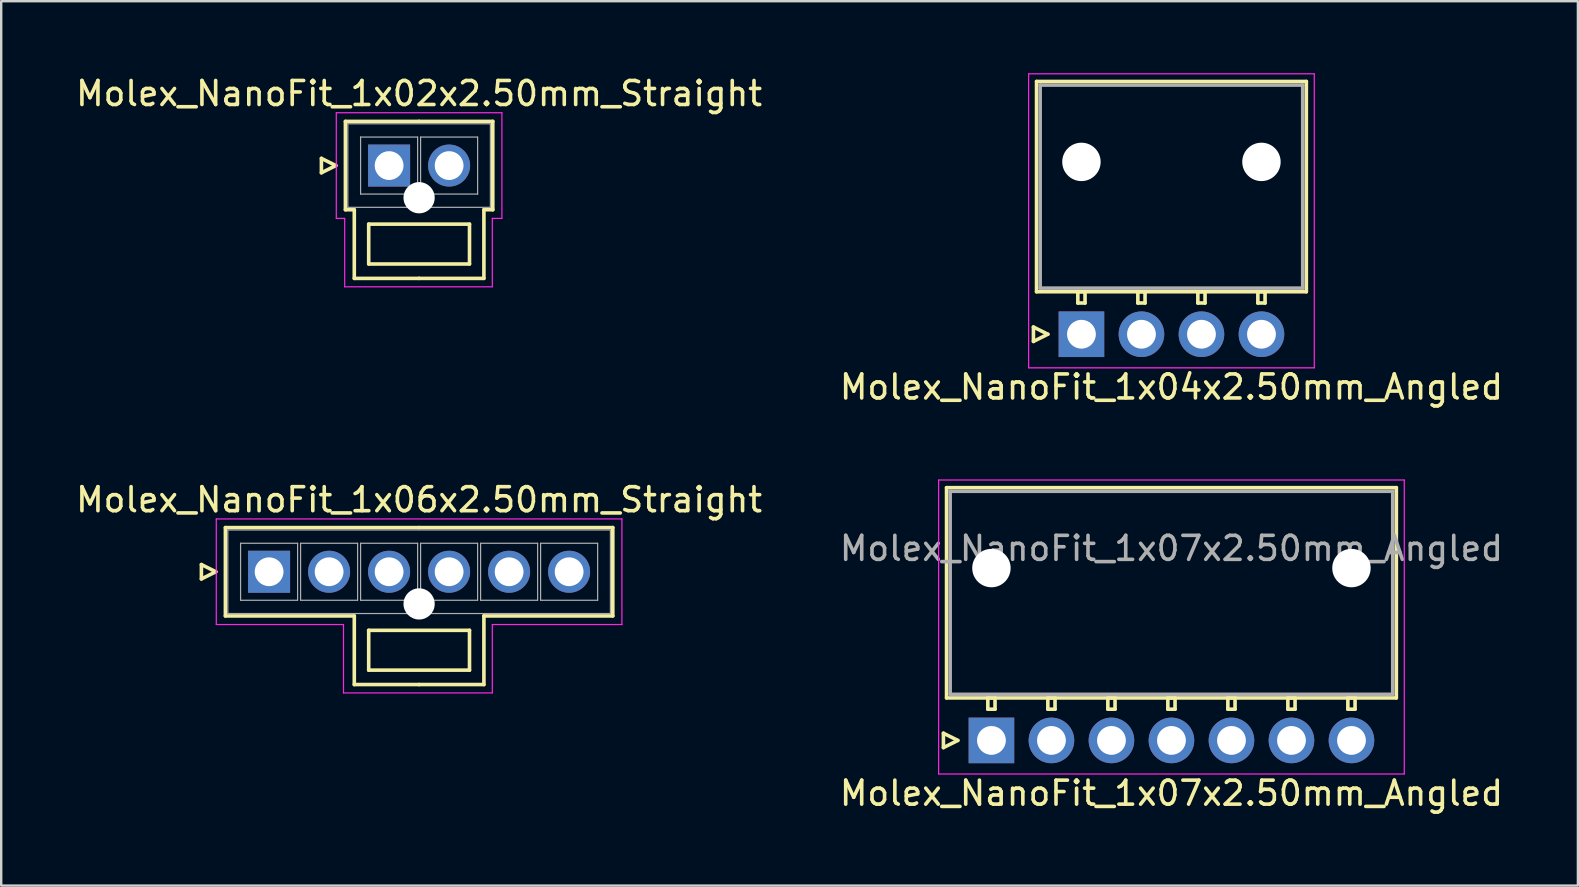
<source format=kicad_pcb>
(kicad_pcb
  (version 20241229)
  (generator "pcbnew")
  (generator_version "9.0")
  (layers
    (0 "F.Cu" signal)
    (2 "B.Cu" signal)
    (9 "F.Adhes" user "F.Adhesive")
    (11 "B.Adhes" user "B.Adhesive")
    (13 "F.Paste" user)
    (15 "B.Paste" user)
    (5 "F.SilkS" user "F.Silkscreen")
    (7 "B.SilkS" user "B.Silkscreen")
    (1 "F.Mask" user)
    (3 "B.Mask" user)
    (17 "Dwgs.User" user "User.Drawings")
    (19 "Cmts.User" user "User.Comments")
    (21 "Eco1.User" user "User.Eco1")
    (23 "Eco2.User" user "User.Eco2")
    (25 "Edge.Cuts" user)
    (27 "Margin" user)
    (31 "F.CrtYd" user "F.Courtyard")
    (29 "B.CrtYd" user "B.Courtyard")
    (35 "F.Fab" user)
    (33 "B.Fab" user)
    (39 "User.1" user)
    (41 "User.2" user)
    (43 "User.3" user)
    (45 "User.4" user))
  (footprint "Molex_NanoFit_1x02x2.50mm_Straight"
    (layer "F.Cu")
    (at 13.161 3.848)
    (property "Reference" "Molex_NanoFit_1x02x2.50mm_Straight" (at 1.25 -3 0) (layer "F.SilkS") (effects (font (size 1 1) (thickness 0.15))))
    (attr through_hole)
    (fp_line (start -2.82 -0.3) (end -2.22 0) (stroke (width 0.15) (type solid)) (layer "F.SilkS"))
    (fp_line (start -2.82 0.3) (end -2.82 -0.3) (stroke (width 0.15) (type solid)) (layer "F.SilkS"))
    (fp_line (start -2.22 0) (end -2.82 0.3) (stroke (width 0.15) (type solid)) (layer "F.SilkS"))
    (fp_line (start -1.82 -1.84) (end -1.82 1.84) (stroke (width 0.15) (type solid)) (layer "F.SilkS"))
    (fp_line (start -1.82 1.84) (end -1.45 1.84) (stroke (width 0.15) (type solid)) (layer "F.SilkS"))
    (fp_line (start -1.45 1.84) (end -1.45 4.7) (stroke (width 0.15) (type solid)) (layer "F.SilkS"))
    (fp_line (start -1.45 4.7) (end 1.25 4.7) (stroke (width 0.15) (type solid)) (layer "F.SilkS"))
    (fp_line (start -0.85 2.44) (end -0.85 4.1) (stroke (width 0.15) (type solid)) (layer "F.SilkS"))
    (fp_line (start -0.85 4.1) (end 3.35 4.1) (stroke (width 0.15) (type solid)) (layer "F.SilkS"))
    (fp_line (start 1.25 -1.84) (end -1.82 -1.84) (stroke (width 0.15) (type solid)) (layer "F.SilkS"))
    (fp_line (start 1.25 -1.84) (end 4.32 -1.84) (stroke (width 0.15) (type solid)) (layer "F.SilkS"))
    (fp_line (start 3.35 2.44) (end -0.85 2.44) (stroke (width 0.15) (type solid)) (layer "F.SilkS"))
    (fp_line (start 3.35 4.1) (end 3.35 2.44) (stroke (width 0.15) (type solid)) (layer "F.SilkS"))
    (fp_line (start 3.95 1.84) (end 3.95 4.7) (stroke (width 0.15) (type solid)) (layer "F.SilkS"))
    (fp_line (start 3.95 4.7) (end 1.25 4.7) (stroke (width 0.15) (type solid)) (layer "F.SilkS"))
    (fp_line (start 4.32 -1.84) (end 4.32 1.84) (stroke (width 0.15) (type solid)) (layer "F.SilkS"))
    (fp_line (start 4.32 1.84) (end 3.95 1.84) (stroke (width 0.15) (type solid)) (layer "F.SilkS"))
    (fp_line (start -2.2 -2.2) (end -2.2 2.2) (stroke (width 0.05) (type solid)) (layer "F.CrtYd"))
    (fp_line (start -2.2 2.2) (end -1.85 2.2) (stroke (width 0.05) (type solid)) (layer "F.CrtYd"))
    (fp_line (start -1.85 2.2) (end -1.85 5.05) (stroke (width 0.05) (type solid)) (layer "F.CrtYd"))
    (fp_line (start -1.85 5.05) (end 4.3 5.05) (stroke (width 0.05) (type solid)) (layer "F.CrtYd"))
    (fp_line (start 4.3 2.2) (end 4.7 2.2) (stroke (width 0.05) (type solid)) (layer "F.CrtYd"))
    (fp_line (start 4.3 5.05) (end 4.3 2.2) (stroke (width 0.05) (type solid)) (layer "F.CrtYd"))
    (fp_line (start 4.7 -2.2) (end -2.2 -2.2) (stroke (width 0.05) (type solid)) (layer "F.CrtYd"))
    (fp_line (start 4.7 2.2) (end 4.7 -2.2) (stroke (width 0.05) (type solid)) (layer "F.CrtYd"))
    (fp_line (start -1.72 -1.74) (end -1.72 1.74) (stroke (width 0.05) (type solid)) (layer "F.Fab"))
    (fp_line (start -1.72 1.74) (end 4.22 1.74) (stroke (width 0.05) (type solid)) (layer "F.Fab"))
    (fp_line (start -1.188 -1.188) (end -1.188 1.188) (stroke (width 0.05) (type solid)) (layer "F.Fab"))
    (fp_line (start -1.188 1.188) (end 1.188 1.188) (stroke (width 0.05) (type solid)) (layer "F.Fab"))
    (fp_line (start 1.188 -1.188) (end -1.188 -1.188) (stroke (width 0.05) (type solid)) (layer "F.Fab"))
    (fp_line (start 1.188 1.188) (end 1.188 -1.188) (stroke (width 0.05) (type solid)) (layer "F.Fab"))
    (fp_line (start 1.312 -1.188) (end 1.312 1.188) (stroke (width 0.05) (type solid)) (layer "F.Fab"))
    (fp_line (start 1.312 1.188) (end 3.688 1.188) (stroke (width 0.05) (type solid)) (layer "F.Fab"))
    (fp_line (start 3.688 -1.188) (end 1.312 -1.188) (stroke (width 0.05) (type solid)) (layer "F.Fab"))
    (fp_line (start 3.688 1.188) (end 3.688 -1.188) (stroke (width 0.05) (type solid)) (layer "F.Fab"))
    (fp_line (start 4.22 -1.74) (end -1.72 -1.74) (stroke (width 0.05) (type solid)) (layer "F.Fab"))
    (fp_line (start 4.22 1.74) (end 4.22 -1.74) (stroke (width 0.05) (type solid)) (layer "F.Fab"))
    (pad "" np_thru_hole circle (at 1.25 1.34) (size 1.3 1.3) (drill 1.3) (layers "*.Cu"))
    (pad "1" thru_hole rect (at 0 0) (size 1.75 1.75) (drill 1.2) (layers "*.Cu" "*.Mask"))
    (pad "2" thru_hole circle (at 2.5 0) (size 1.75 1.75) (drill 1.2) (layers "*.Cu" "*.Mask")))
  (footprint "Molex_NanoFit_1x04x2.50mm_Angled"
    (layer "F.Cu")
    (at 42.006 10.875)
    (property "Reference" "Molex_NanoFit_1x04x2.50mm_Angled" (at 3.75 2.2 0) (layer "F.SilkS") (effects (font (size 1 1) (thickness 0.15))))
    (attr through_hole)
    (fp_line (start -2 -0.3) (end -1.4 0) (stroke (width 0.15) (type solid)) (layer "F.SilkS"))
    (fp_line (start -2 0.3) (end -2 -0.3) (stroke (width 0.15) (type solid)) (layer "F.SilkS"))
    (fp_line (start -1.87 -10.53) (end -1.87 -1.77) (stroke (width 0.15) (type solid)) (layer "F.SilkS"))
    (fp_line (start -1.87 -1.77) (end 9.37 -1.77) (stroke (width 0.15) (type solid)) (layer "F.SilkS"))
    (fp_line (start -1.4 0) (end -2 0.3) (stroke (width 0.15) (type solid)) (layer "F.SilkS"))
    (fp_line (start -0.15 -1.77) (end -0.15 -1.3) (stroke (width 0.15) (type solid)) (layer "F.SilkS"))
    (fp_line (start -0.15 -1.3) (end 0.15 -1.3) (stroke (width 0.15) (type solid)) (layer "F.SilkS"))
    (fp_line (start 0.15 -1.77) (end -0.15 -1.77) (stroke (width 0.15) (type solid)) (layer "F.SilkS"))
    (fp_line (start 0.15 -1.3) (end 0.15 -1.77) (stroke (width 0.15) (type solid)) (layer "F.SilkS"))
    (fp_line (start 2.35 -1.77) (end 2.35 -1.3) (stroke (width 0.15) (type solid)) (layer "F.SilkS"))
    (fp_line (start 2.35 -1.3) (end 2.65 -1.3) (stroke (width 0.15) (type solid)) (layer "F.SilkS"))
    (fp_line (start 2.65 -1.77) (end 2.35 -1.77) (stroke (width 0.15) (type solid)) (layer "F.SilkS"))
    (fp_line (start 2.65 -1.3) (end 2.65 -1.77) (stroke (width 0.15) (type solid)) (layer "F.SilkS"))
    (fp_line (start 4.85 -1.77) (end 4.85 -1.3) (stroke (width 0.15) (type solid)) (layer "F.SilkS"))
    (fp_line (start 4.85 -1.3) (end 5.15 -1.3) (stroke (width 0.15) (type solid)) (layer "F.SilkS"))
    (fp_line (start 5.15 -1.77) (end 4.85 -1.77) (stroke (width 0.15) (type solid)) (layer "F.SilkS"))
    (fp_line (start 5.15 -1.3) (end 5.15 -1.77) (stroke (width 0.15) (type solid)) (layer "F.SilkS"))
    (fp_line (start 7.35 -1.77) (end 7.35 -1.3) (stroke (width 0.15) (type solid)) (layer "F.SilkS"))
    (fp_line (start 7.35 -1.3) (end 7.65 -1.3) (stroke (width 0.15) (type solid)) (layer "F.SilkS"))
    (fp_line (start 7.65 -1.77) (end 7.35 -1.77) (stroke (width 0.15) (type solid)) (layer "F.SilkS"))
    (fp_line (start 7.65 -1.3) (end 7.65 -1.77) (stroke (width 0.15) (type solid)) (layer "F.SilkS"))
    (fp_line (start 9.37 -10.53) (end -1.87 -10.53) (stroke (width 0.15) (type solid)) (layer "F.SilkS"))
    (fp_line (start 9.37 -1.77) (end 9.37 -10.53) (stroke (width 0.15) (type solid)) (layer "F.SilkS"))
    (fp_line (start -2.2 -10.85) (end -2.2 1.4) (stroke (width 0.05) (type solid)) (layer "F.CrtYd"))
    (fp_line (start -2.2 1.4) (end 9.7 1.4) (stroke (width 0.05) (type solid)) (layer "F.CrtYd"))
    (fp_line (start 9.7 -10.85) (end -2.2 -10.85) (stroke (width 0.05) (type solid)) (layer "F.CrtYd"))
    (fp_line (start 9.7 1.4) (end 9.7 -10.85) (stroke (width 0.05) (type solid)) (layer "F.CrtYd"))
    (fp_line (start -1.72 -10.38) (end -1.72 -1.92) (stroke (width 0.15) (type solid)) (layer "F.Fab"))
    (fp_line (start -1.72 -1.92) (end 9.22 -1.92) (stroke (width 0.15) (type solid)) (layer "F.Fab"))
    (fp_line (start 9.22 -10.38) (end -1.72 -10.38) (stroke (width 0.15) (type solid)) (layer "F.Fab"))
    (fp_line (start 9.22 -1.92) (end 9.22 -10.38) (stroke (width 0.15) (type solid)) (layer "F.Fab"))
    (pad "" np_thru_hole circle (at 0 -7.18) (size 1.6 1.6) (drill 1.6) (layers "*.Cu"))
    (pad "" np_thru_hole circle (at 7.5 -7.18) (size 1.6 1.6) (drill 1.6) (layers "*.Cu"))
    (pad "1" thru_hole rect (at 0 0) (size 1.9 1.9) (drill 1.2) (layers "*.Cu" "*.Mask"))
    (pad "2" thru_hole circle (at 2.5 0) (size 1.9 1.9) (drill 1.2) (layers "*.Cu" "*.Mask"))
    (pad "3" thru_hole circle (at 5 0) (size 1.9 1.9) (drill 1.2) (layers "*.Cu" "*.Mask"))
    (pad "4" thru_hole circle (at 7.5 0) (size 1.9 1.9) (drill 1.2) (layers "*.Cu" "*.Mask")))
  (footprint "Molex_NanoFit_1x07x2.50mm_Angled"
    (layer "F.Cu")
    (at 38.256 27.798)
    (property "Reference" "Molex_NanoFit_1x07x2.50mm_Angled" (at 7.5 2.2 0) (layer "F.SilkS") (effects (font (size 1 1) (thickness 0.15))))
    (attr through_hole)
    (fp_line (start -2 -0.3) (end -1.4 0) (stroke (width 0.15) (type solid)) (layer "F.SilkS"))
    (fp_line (start -2 0.3) (end -2 -0.3) (stroke (width 0.15) (type solid)) (layer "F.SilkS"))
    (fp_line (start -1.87 -10.53) (end -1.87 -1.77) (stroke (width 0.15) (type solid)) (layer "F.SilkS"))
    (fp_line (start -1.87 -1.77) (end 16.87 -1.77) (stroke (width 0.15) (type solid)) (layer "F.SilkS"))
    (fp_line (start -1.4 0) (end -2 0.3) (stroke (width 0.15) (type solid)) (layer "F.SilkS"))
    (fp_line (start -0.15 -1.77) (end -0.15 -1.3) (stroke (width 0.15) (type solid)) (layer "F.SilkS"))
    (fp_line (start -0.15 -1.3) (end 0.15 -1.3) (stroke (width 0.15) (type solid)) (layer "F.SilkS"))
    (fp_line (start 0.15 -1.77) (end -0.15 -1.77) (stroke (width 0.15) (type solid)) (layer "F.SilkS"))
    (fp_line (start 0.15 -1.3) (end 0.15 -1.77) (stroke (width 0.15) (type solid)) (layer "F.SilkS"))
    (fp_line (start 2.35 -1.77) (end 2.35 -1.3) (stroke (width 0.15) (type solid)) (layer "F.SilkS"))
    (fp_line (start 2.35 -1.3) (end 2.65 -1.3) (stroke (width 0.15) (type solid)) (layer "F.SilkS"))
    (fp_line (start 2.65 -1.77) (end 2.35 -1.77) (stroke (width 0.15) (type solid)) (layer "F.SilkS"))
    (fp_line (start 2.65 -1.3) (end 2.65 -1.77) (stroke (width 0.15) (type solid)) (layer "F.SilkS"))
    (fp_line (start 4.85 -1.77) (end 4.85 -1.3) (stroke (width 0.15) (type solid)) (layer "F.SilkS"))
    (fp_line (start 4.85 -1.3) (end 5.15 -1.3) (stroke (width 0.15) (type solid)) (layer "F.SilkS"))
    (fp_line (start 5.15 -1.77) (end 4.85 -1.77) (stroke (width 0.15) (type solid)) (layer "F.SilkS"))
    (fp_line (start 5.15 -1.3) (end 5.15 -1.77) (stroke (width 0.15) (type solid)) (layer "F.SilkS"))
    (fp_line (start 7.35 -1.77) (end 7.35 -1.3) (stroke (width 0.15) (type solid)) (layer "F.SilkS"))
    (fp_line (start 7.35 -1.3) (end 7.65 -1.3) (stroke (width 0.15) (type solid)) (layer "F.SilkS"))
    (fp_line (start 7.65 -1.77) (end 7.35 -1.77) (stroke (width 0.15) (type solid)) (layer "F.SilkS"))
    (fp_line (start 7.65 -1.3) (end 7.65 -1.77) (stroke (width 0.15) (type solid)) (layer "F.SilkS"))
    (fp_line (start 9.85 -1.77) (end 9.85 -1.3) (stroke (width 0.15) (type solid)) (layer "F.SilkS"))
    (fp_line (start 9.85 -1.3) (end 10.15 -1.3) (stroke (width 0.15) (type solid)) (layer "F.SilkS"))
    (fp_line (start 10.15 -1.77) (end 9.85 -1.77) (stroke (width 0.15) (type solid)) (layer "F.SilkS"))
    (fp_line (start 10.15 -1.3) (end 10.15 -1.77) (stroke (width 0.15) (type solid)) (layer "F.SilkS"))
    (fp_line (start 12.35 -1.77) (end 12.35 -1.3) (stroke (width 0.15) (type solid)) (layer "F.SilkS"))
    (fp_line (start 12.35 -1.3) (end 12.65 -1.3) (stroke (width 0.15) (type solid)) (layer "F.SilkS"))
    (fp_line (start 12.65 -1.77) (end 12.35 -1.77) (stroke (width 0.15) (type solid)) (layer "F.SilkS"))
    (fp_line (start 12.65 -1.3) (end 12.65 -1.77) (stroke (width 0.15) (type solid)) (layer "F.SilkS"))
    (fp_line (start 14.85 -1.77) (end 14.85 -1.3) (stroke (width 0.15) (type solid)) (layer "F.SilkS"))
    (fp_line (start 14.85 -1.3) (end 15.15 -1.3) (stroke (width 0.15) (type solid)) (layer "F.SilkS"))
    (fp_line (start 15.15 -1.77) (end 14.85 -1.77) (stroke (width 0.15) (type solid)) (layer "F.SilkS"))
    (fp_line (start 15.15 -1.3) (end 15.15 -1.77) (stroke (width 0.15) (type solid)) (layer "F.SilkS"))
    (fp_line (start 16.87 -10.53) (end -1.87 -10.53) (stroke (width 0.15) (type solid)) (layer "F.SilkS"))
    (fp_line (start 16.87 -1.77) (end 16.87 -10.53) (stroke (width 0.15) (type solid)) (layer "F.SilkS"))
    (fp_line (start -2.2 -10.85) (end -2.2 1.4) (stroke (width 0.05) (type solid)) (layer "F.CrtYd"))
    (fp_line (start -2.2 1.4) (end 17.2 1.4) (stroke (width 0.05) (type solid)) (layer "F.CrtYd"))
    (fp_line (start 17.2 -10.85) (end -2.2 -10.85) (stroke (width 0.05) (type solid)) (layer "F.CrtYd"))
    (fp_line (start 17.2 1.4) (end 17.2 -10.85) (stroke (width 0.05) (type solid)) (layer "F.CrtYd"))
    (fp_line (start -1.72 -10.38) (end -1.72 -1.92) (stroke (width 0.15) (type solid)) (layer "F.Fab"))
    (fp_line (start -1.72 -1.92) (end 16.72 -1.92) (stroke (width 0.15) (type solid)) (layer "F.Fab"))
    (fp_line (start 16.72 -10.38) (end -1.72 -10.38) (stroke (width 0.15) (type solid)) (layer "F.Fab"))
    (fp_line (start 16.72 -1.92) (end 16.72 -10.38) (stroke (width 0.15) (type solid)) (layer "F.Fab"))
    (fp_text user "${REFERENCE}" (at 7.5 -8 0) (layer "F.Fab") (effects (font (size 1 1) (thickness 0.15))))
    (pad "" np_thru_hole circle (at 0 -7.18) (size 1.6 1.6) (drill 1.6) (layers "*.Cu"))
    (pad "" np_thru_hole circle (at 15 -7.18) (size 1.6 1.6) (drill 1.6) (layers "*.Cu"))
    (pad "1" thru_hole rect (at 0 0) (size 1.9 1.9) (drill 1.2) (layers "*.Cu" "*.Mask"))
    (pad "2" thru_hole circle (at 2.5 0) (size 1.9 1.9) (drill 1.2) (layers "*.Cu" "*.Mask"))
    (pad "3" thru_hole circle (at 5 0) (size 1.9 1.9) (drill 1.2) (layers "*.Cu" "*.Mask"))
    (pad "4" thru_hole circle (at 7.5 0) (size 1.9 1.9) (drill 1.2) (layers "*.Cu" "*.Mask"))
    (pad "5" thru_hole circle (at 10 0) (size 1.9 1.9) (drill 1.2) (layers "*.Cu" "*.Mask"))
    (pad "6" thru_hole circle (at 12.5 0) (size 1.9 1.9) (drill 1.2) (layers "*.Cu" "*.Mask"))
    (pad "7" thru_hole circle (at 15 0) (size 1.9 1.9) (drill 1.2) (layers "*.Cu" "*.Mask")))
  (footprint "Molex_NanoFit_1x06x2.50mm_Straight"
    (layer "F.Cu")
    (at 8.161 20.771)
    (property "Reference" "Molex_NanoFit_1x06x2.50mm_Straight" (at 6.25 -3 0) (layer "F.SilkS") (effects (font (size 1 1) (thickness 0.15))))
    (attr through_hole)
    (fp_line (start -2.82 -0.3) (end -2.22 0) (stroke (width 0.15) (type solid)) (layer "F.SilkS"))
    (fp_line (start -2.82 0.3) (end -2.82 -0.3) (stroke (width 0.15) (type solid)) (layer "F.SilkS"))
    (fp_line (start -2.22 0) (end -2.82 0.3) (stroke (width 0.15) (type solid)) (layer "F.SilkS"))
    (fp_line (start -1.82 -1.84) (end -1.82 1.84) (stroke (width 0.15) (type solid)) (layer "F.SilkS"))
    (fp_line (start -1.82 1.84) (end 3.55 1.84) (stroke (width 0.15) (type solid)) (layer "F.SilkS"))
    (fp_line (start 3.55 1.84) (end 3.55 4.7) (stroke (width 0.15) (type solid)) (layer "F.SilkS"))
    (fp_line (start 3.55 4.7) (end 6.25 4.7) (stroke (width 0.15) (type solid)) (layer "F.SilkS"))
    (fp_line (start 4.15 2.44) (end 4.15 4.1) (stroke (width 0.15) (type solid)) (layer "F.SilkS"))
    (fp_line (start 4.15 4.1) (end 8.35 4.1) (stroke (width 0.15) (type solid)) (layer "F.SilkS"))
    (fp_line (start 6.25 -1.84) (end -1.82 -1.84) (stroke (width 0.15) (type solid)) (layer "F.SilkS"))
    (fp_line (start 6.25 -1.84) (end 14.32 -1.84) (stroke (width 0.15) (type solid)) (layer "F.SilkS"))
    (fp_line (start 8.35 2.44) (end 4.15 2.44) (stroke (width 0.15) (type solid)) (layer "F.SilkS"))
    (fp_line (start 8.35 4.1) (end 8.35 2.44) (stroke (width 0.15) (type solid)) (layer "F.SilkS"))
    (fp_line (start 8.95 1.84) (end 8.95 4.7) (stroke (width 0.15) (type solid)) (layer "F.SilkS"))
    (fp_line (start 8.95 4.7) (end 6.25 4.7) (stroke (width 0.15) (type solid)) (layer "F.SilkS"))
    (fp_line (start 14.32 -1.84) (end 14.32 1.84) (stroke (width 0.15) (type solid)) (layer "F.SilkS"))
    (fp_line (start 14.32 1.84) (end 8.95 1.84) (stroke (width 0.15) (type solid)) (layer "F.SilkS"))
    (fp_line (start -2.2 -2.2) (end -2.2 2.2) (stroke (width 0.05) (type solid)) (layer "F.CrtYd"))
    (fp_line (start -2.2 2.2) (end 3.1 2.2) (stroke (width 0.05) (type solid)) (layer "F.CrtYd"))
    (fp_line (start 3.1 2.2) (end 3.1 5.05) (stroke (width 0.05) (type solid)) (layer "F.CrtYd"))
    (fp_line (start 3.1 5.05) (end 9.3 5.05) (stroke (width 0.05) (type solid)) (layer "F.CrtYd"))
    (fp_line (start 9.3 2.2) (end 14.7 2.2) (stroke (width 0.05) (type solid)) (layer "F.CrtYd"))
    (fp_line (start 9.3 5.05) (end 9.3 2.2) (stroke (width 0.05) (type solid)) (layer "F.CrtYd"))
    (fp_line (start 14.7 -2.2) (end -2.2 -2.2) (stroke (width 0.05) (type solid)) (layer "F.CrtYd"))
    (fp_line (start 14.7 2.2) (end 14.7 -2.2) (stroke (width 0.05) (type solid)) (layer "F.CrtYd"))
    (fp_line (start -1.72 -1.74) (end -1.72 1.74) (stroke (width 0.05) (type solid)) (layer "F.Fab"))
    (fp_line (start -1.72 1.74) (end 14.22 1.74) (stroke (width 0.05) (type solid)) (layer "F.Fab"))
    (fp_line (start -1.188 -1.188) (end -1.188 1.188) (stroke (width 0.05) (type solid)) (layer "F.Fab"))
    (fp_line (start -1.188 1.188) (end 1.188 1.188) (stroke (width 0.05) (type solid)) (layer "F.Fab"))
    (fp_line (start 1.188 -1.188) (end -1.188 -1.188) (stroke (width 0.05) (type solid)) (layer "F.Fab"))
    (fp_line (start 1.188 1.188) (end 1.188 -1.188) (stroke (width 0.05) (type solid)) (layer "F.Fab"))
    (fp_line (start 1.312 -1.188) (end 1.312 1.188) (stroke (width 0.05) (type solid)) (layer "F.Fab"))
    (fp_line (start 1.312 1.188) (end 3.688 1.188) (stroke (width 0.05) (type solid)) (layer "F.Fab"))
    (fp_line (start 3.688 -1.188) (end 1.312 -1.188) (stroke (width 0.05) (type solid)) (layer "F.Fab"))
    (fp_line (start 3.688 1.188) (end 3.688 -1.188) (stroke (width 0.05) (type solid)) (layer "F.Fab"))
    (fp_line (start 3.812 -1.188) (end 3.812 1.188) (stroke (width 0.05) (type solid)) (layer "F.Fab"))
    (fp_line (start 3.812 1.188) (end 6.188 1.188) (stroke (width 0.05) (type solid)) (layer "F.Fab"))
    (fp_line (start 6.188 -1.188) (end 3.812 -1.188) (stroke (width 0.05) (type solid)) (layer "F.Fab"))
    (fp_line (start 6.188 1.188) (end 6.188 -1.188) (stroke (width 0.05) (type solid)) (layer "F.Fab"))
    (fp_line (start 6.312 -1.188) (end 6.312 1.188) (stroke (width 0.05) (type solid)) (layer "F.Fab"))
    (fp_line (start 6.312 1.188) (end 8.688 1.188) (stroke (width 0.05) (type solid)) (layer "F.Fab"))
    (fp_line (start 8.688 -1.188) (end 6.312 -1.188) (stroke (width 0.05) (type solid)) (layer "F.Fab"))
    (fp_line (start 8.688 1.188) (end 8.688 -1.188) (stroke (width 0.05) (type solid)) (layer "F.Fab"))
    (fp_line (start 8.812 -1.188) (end 8.812 1.188) (stroke (width 0.05) (type solid)) (layer "F.Fab"))
    (fp_line (start 8.812 1.188) (end 11.188 1.188) (stroke (width 0.05) (type solid)) (layer "F.Fab"))
    (fp_line (start 11.188 -1.188) (end 8.812 -1.188) (stroke (width 0.05) (type solid)) (layer "F.Fab"))
    (fp_line (start 11.188 1.188) (end 11.188 -1.188) (stroke (width 0.05) (type solid)) (layer "F.Fab"))
    (fp_line (start 11.312 -1.188) (end 11.312 1.188) (stroke (width 0.05) (type solid)) (layer "F.Fab"))
    (fp_line (start 11.312 1.188) (end 13.688 1.188) (stroke (width 0.05) (type solid)) (layer "F.Fab"))
    (fp_line (start 13.688 -1.188) (end 11.312 -1.188) (stroke (width 0.05) (type solid)) (layer "F.Fab"))
    (fp_line (start 13.688 1.188) (end 13.688 -1.188) (stroke (width 0.05) (type solid)) (layer "F.Fab"))
    (fp_line (start 14.22 -1.74) (end -1.72 -1.74) (stroke (width 0.05) (type solid)) (layer "F.Fab"))
    (fp_line (start 14.22 1.74) (end 14.22 -1.74) (stroke (width 0.05) (type solid)) (layer "F.Fab"))
    (pad "" np_thru_hole circle (at 6.25 1.34) (size 1.3 1.3) (drill 1.3) (layers "*.Cu"))
    (pad "1" thru_hole rect (at 0 0) (size 1.75 1.75) (drill 1.2) (layers "*.Cu" "*.Mask"))
    (pad "2" thru_hole circle (at 2.5 0) (size 1.75 1.75) (drill 1.2) (layers "*.Cu" "*.Mask"))
    (pad "3" thru_hole circle (at 5 0) (size 1.75 1.75) (drill 1.2) (layers "*.Cu" "*.Mask"))
    (pad "4" thru_hole circle (at 7.5 0) (size 1.75 1.75) (drill 1.2) (layers "*.Cu" "*.Mask"))
    (pad "5" thru_hole circle (at 10 0) (size 1.75 1.75) (drill 1.2) (layers "*.Cu" "*.Mask"))
    (pad "6" thru_hole circle (at 12.5 0) (size 1.75 1.75) (drill 1.2) (layers "*.Cu" "*.Mask")))
  (gr_rect
    (start -3 -3)
    (end 62.69 33.846)
    (stroke (width 0.1) (type default))
    (fill no)
    (layer "Edge.Cuts")))
</source>
